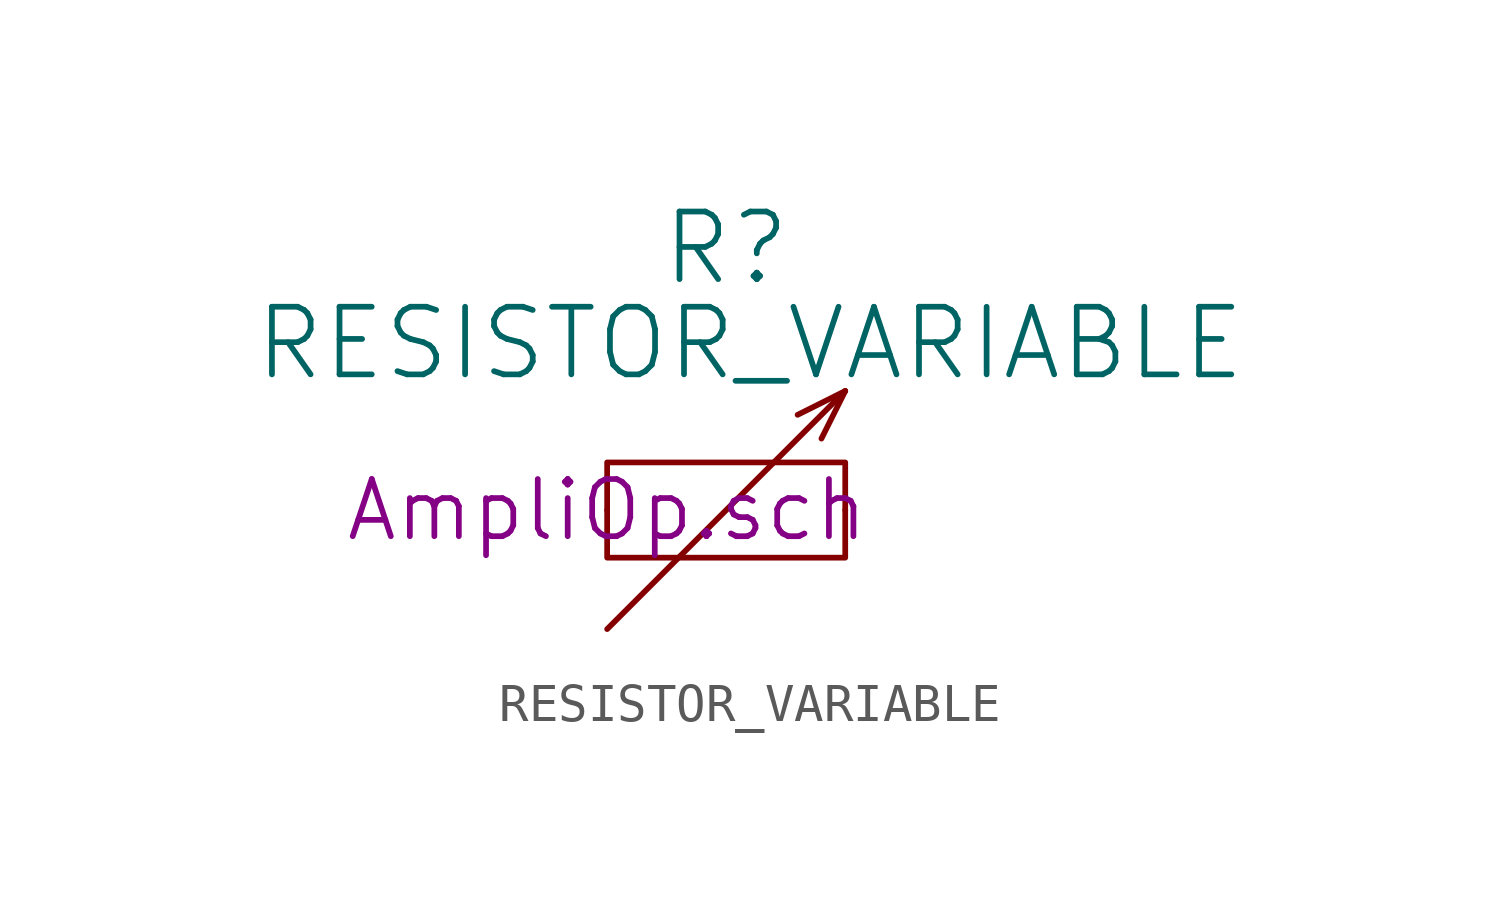
<source format=kicad_sym>
(kicad_symbol_lib
  (version 20211014)
  (generator kicad_symbol_editor)
  (symbol "RESISTOR_VARIABLE"
    (pin_numbers hide)
    (property "Reference" "R"
      (at 3.175 6.985 0)
      (effects (font (size 1.803 1.803))))
    (property "Value" "RESISTOR_VARIABLE"
      (at 3.81 4.445 0)
      (effects (font (size 1.803 1.803))))
    (property "Footprint" ""
      (at 0 0 0)
      (effects (font (size 1.524 1.524))))
    (property "Datasheet" "AmpliOp.sch"
      (at 0 0 0)
      (effects (font (size 1.524 1.524))))
    (symbol "RESISTOR_VARIABLE_0_1"
      (polyline (pts (xy 0 -3.175) (xy 6.35 3.175)) (stroke (width 0) (type default) (color 0 0 0 0)) (fill (type none)))
      (polyline (pts (xy 5.08 2.54) (xy 6.35 3.175)) (stroke (width 0) (type default) (color 0 0 0 0)) (fill (type none)))
      (polyline (pts (xy 5.715 1.905) (xy 6.35 3.175)) (stroke (width 0) (type default) (color 0 0 0 0)) (fill (type none)))
      (rectangle (start 0 1.27) (end 6.35 -1.27) (stroke (width 0) (type default) (color 0 0 0 0)) (fill (type none))))
    (symbol "RESISTOR_VARIABLE_1_1"
      (pin passive line (at 0 0 0) (length 0) (name "~" (effects (font (size 1.27 1.27)))) (number "1" (effects (font (size 1.27 1.27)))))
      (pin passive line (at 6.35 0 180) (length 0) (name "~" (effects (font (size 1.27 1.27)))) (number "2" (effects (font (size 1.27 1.27))))))))
</source>
